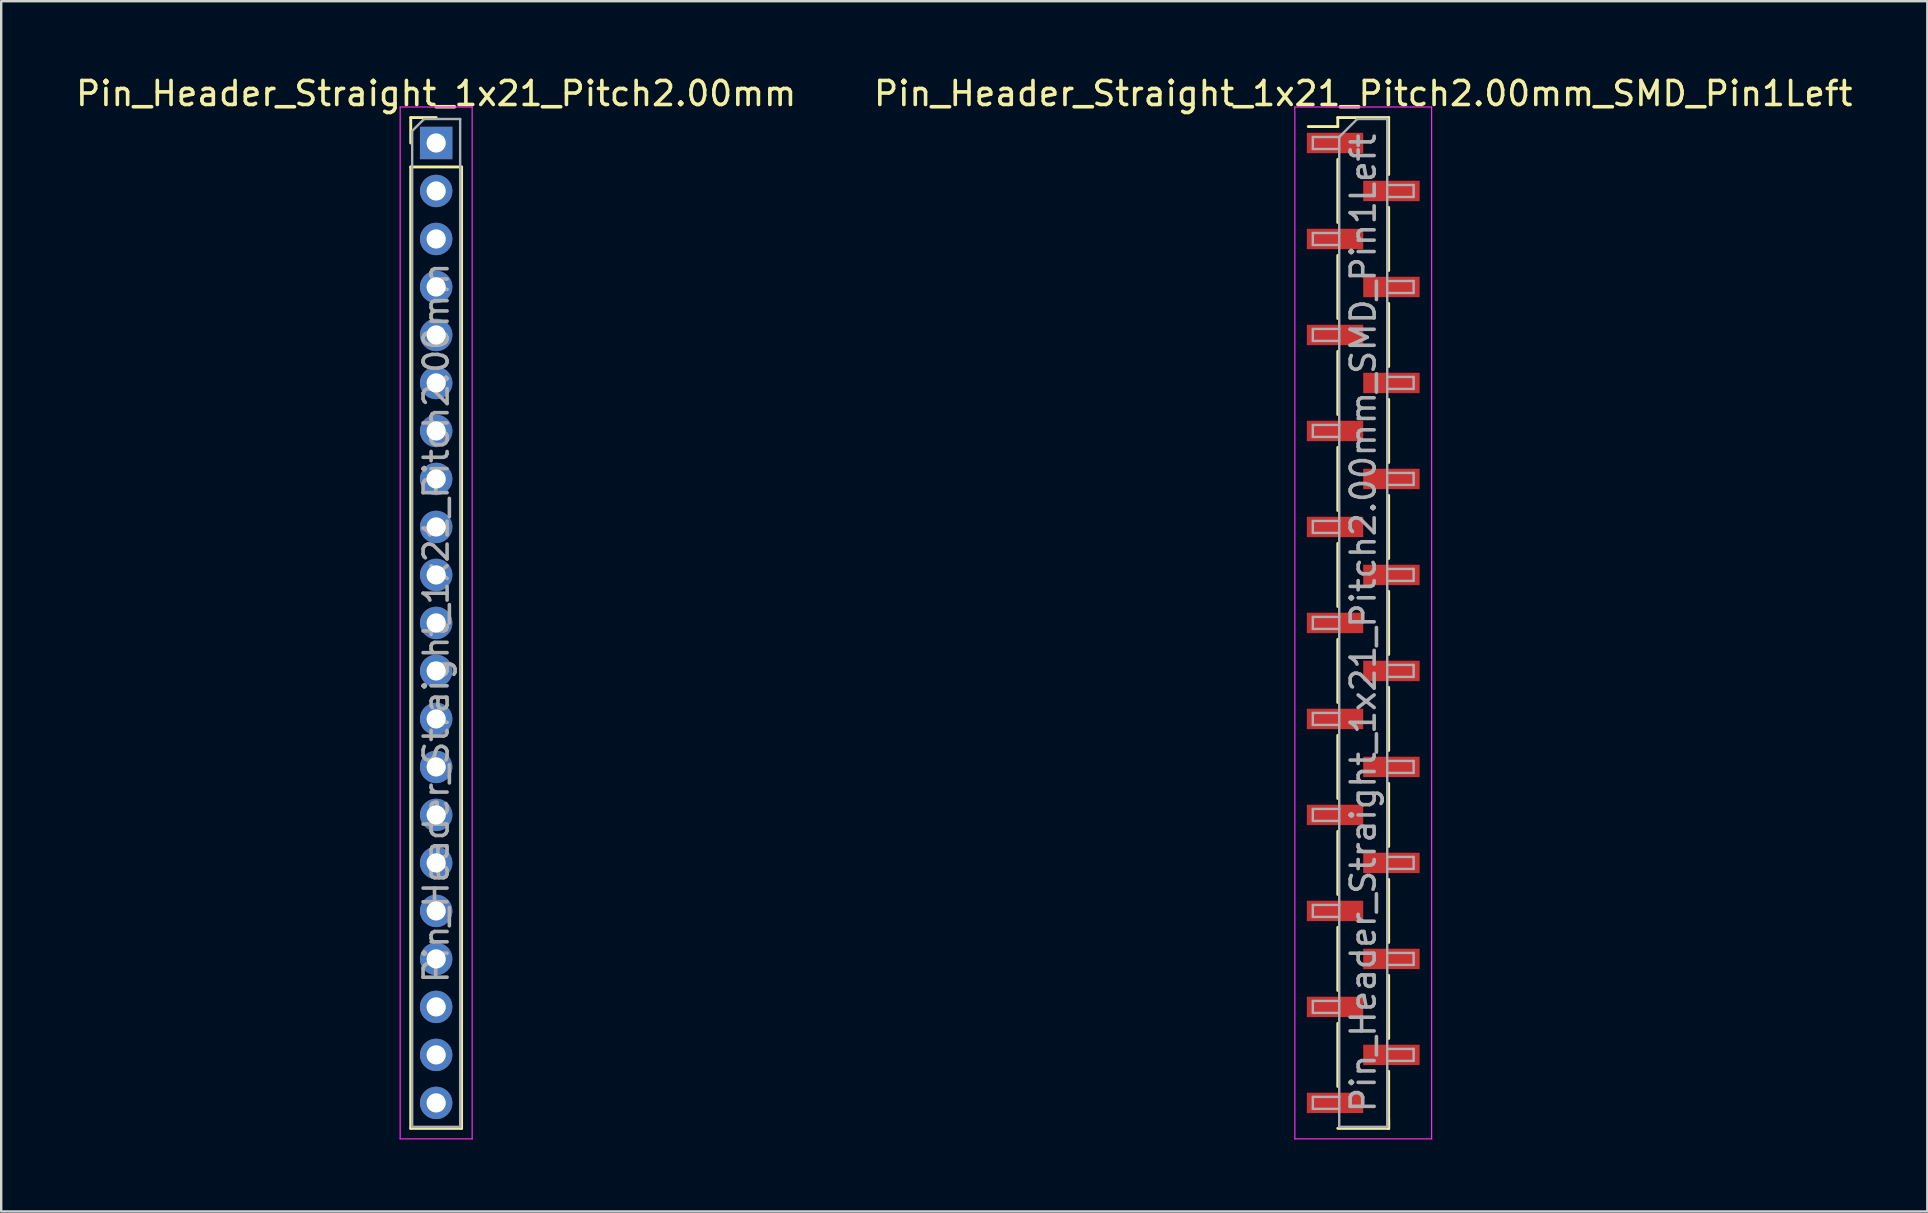
<source format=kicad_pcb>
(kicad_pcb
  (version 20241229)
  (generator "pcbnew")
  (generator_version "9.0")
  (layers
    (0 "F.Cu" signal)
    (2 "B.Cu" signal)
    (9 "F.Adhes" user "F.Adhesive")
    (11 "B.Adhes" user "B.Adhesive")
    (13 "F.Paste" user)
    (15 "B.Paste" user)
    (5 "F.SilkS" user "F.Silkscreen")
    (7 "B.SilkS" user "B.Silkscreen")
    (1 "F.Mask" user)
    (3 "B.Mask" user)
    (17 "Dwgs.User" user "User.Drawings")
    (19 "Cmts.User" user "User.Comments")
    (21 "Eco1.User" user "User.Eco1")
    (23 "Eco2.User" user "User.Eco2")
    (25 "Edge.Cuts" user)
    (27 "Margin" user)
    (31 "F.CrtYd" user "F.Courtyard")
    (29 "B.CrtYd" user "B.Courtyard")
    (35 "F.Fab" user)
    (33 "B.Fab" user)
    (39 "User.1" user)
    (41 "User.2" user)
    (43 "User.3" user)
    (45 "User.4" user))
  (footprint "Pin_Header_Straight_1x21_Pitch2.00mm_SMD_Pin1Left"
    (layer "F.Cu")
    (at 53.756 22.908)
    (property "Reference" "Pin_Header_Straight_1x21_Pitch2.00mm_SMD_Pin1Left" (at 0 -22.06 0) (layer "F.SilkS") (effects (font (size 1 1) (thickness 0.15))))
    (attr smd)
    (fp_line (start -1.06 -21.06) (end -1.06 -20.685) (stroke (width 0.12) (type solid)) (layer "F.SilkS"))
    (fp_line (start -1.06 -21.06) (end 1.06 -21.06) (stroke (width 0.12) (type solid)) (layer "F.SilkS"))
    (fp_line (start -1.06 -20.685) (end -2.29 -20.685) (stroke (width 0.12) (type solid)) (layer "F.SilkS"))
    (fp_line (start -1.06 -19.315) (end -1.06 -16.685) (stroke (width 0.12) (type solid)) (layer "F.SilkS"))
    (fp_line (start -1.06 -15.315) (end -1.06 -12.685) (stroke (width 0.12) (type solid)) (layer "F.SilkS"))
    (fp_line (start -1.06 -11.315) (end -1.06 -8.685) (stroke (width 0.12) (type solid)) (layer "F.SilkS"))
    (fp_line (start -1.06 -7.315) (end -1.06 -4.685) (stroke (width 0.12) (type solid)) (layer "F.SilkS"))
    (fp_line (start -1.06 -3.315) (end -1.06 -0.685) (stroke (width 0.12) (type solid)) (layer "F.SilkS"))
    (fp_line (start -1.06 0.685) (end -1.06 3.315) (stroke (width 0.12) (type solid)) (layer "F.SilkS"))
    (fp_line (start -1.06 4.685) (end -1.06 7.315) (stroke (width 0.12) (type solid)) (layer "F.SilkS"))
    (fp_line (start -1.06 8.685) (end -1.06 11.315) (stroke (width 0.12) (type solid)) (layer "F.SilkS"))
    (fp_line (start -1.06 12.685) (end -1.06 15.315) (stroke (width 0.12) (type solid)) (layer "F.SilkS"))
    (fp_line (start -1.06 16.685) (end -1.06 19.315) (stroke (width 0.12) (type solid)) (layer "F.SilkS"))
    (fp_line (start -1.06 21.06) (end 1.06 21.06) (stroke (width 0.12) (type solid)) (layer "F.SilkS"))
    (fp_line (start 1.06 -21.06) (end 1.06 -18.685) (stroke (width 0.12) (type solid)) (layer "F.SilkS"))
    (fp_line (start 1.06 -17.315) (end 1.06 -14.685) (stroke (width 0.12) (type solid)) (layer "F.SilkS"))
    (fp_line (start 1.06 -13.315) (end 1.06 -10.685) (stroke (width 0.12) (type solid)) (layer "F.SilkS"))
    (fp_line (start 1.06 -9.315) (end 1.06 -6.685) (stroke (width 0.12) (type solid)) (layer "F.SilkS"))
    (fp_line (start 1.06 -5.315) (end 1.06 -2.685) (stroke (width 0.12) (type solid)) (layer "F.SilkS"))
    (fp_line (start 1.06 -1.315) (end 1.06 1.315) (stroke (width 0.12) (type solid)) (layer "F.SilkS"))
    (fp_line (start 1.06 2.685) (end 1.06 5.315) (stroke (width 0.12) (type solid)) (layer "F.SilkS"))
    (fp_line (start 1.06 6.685) (end 1.06 9.315) (stroke (width 0.12) (type solid)) (layer "F.SilkS"))
    (fp_line (start 1.06 10.685) (end 1.06 13.315) (stroke (width 0.12) (type solid)) (layer "F.SilkS"))
    (fp_line (start 1.06 14.685) (end 1.06 17.315) (stroke (width 0.12) (type solid)) (layer "F.SilkS"))
    (fp_line (start 1.06 18.685) (end 1.06 21.06) (stroke (width 0.12) (type solid)) (layer "F.SilkS"))
    (fp_line (start 1.06 20.685) (end 1.06 21.06) (stroke (width 0.12) (type solid)) (layer "F.SilkS"))
    (fp_line (start -2.85 -21.5) (end -2.85 21.5) (stroke (width 0.05) (type solid)) (layer "F.CrtYd"))
    (fp_line (start -2.85 21.5) (end 2.85 21.5) (stroke (width 0.05) (type solid)) (layer "F.CrtYd"))
    (fp_line (start 2.85 -21.5) (end -2.85 -21.5) (stroke (width 0.05) (type solid)) (layer "F.CrtYd"))
    (fp_line (start 2.85 21.5) (end 2.85 -21.5) (stroke (width 0.05) (type solid)) (layer "F.CrtYd"))
    (fp_line (start -2.1 -20.25) (end -2.1 -19.75) (stroke (width 0.1) (type solid)) (layer "F.Fab"))
    (fp_line (start -2.1 -19.75) (end -1 -19.75) (stroke (width 0.1) (type solid)) (layer "F.Fab"))
    (fp_line (start -2.1 -16.25) (end -2.1 -15.75) (stroke (width 0.1) (type solid)) (layer "F.Fab"))
    (fp_line (start -2.1 -15.75) (end -1 -15.75) (stroke (width 0.1) (type solid)) (layer "F.Fab"))
    (fp_line (start -2.1 -12.25) (end -2.1 -11.75) (stroke (width 0.1) (type solid)) (layer "F.Fab"))
    (fp_line (start -2.1 -11.75) (end -1 -11.75) (stroke (width 0.1) (type solid)) (layer "F.Fab"))
    (fp_line (start -2.1 -8.25) (end -2.1 -7.75) (stroke (width 0.1) (type solid)) (layer "F.Fab"))
    (fp_line (start -2.1 -7.75) (end -1 -7.75) (stroke (width 0.1) (type solid)) (layer "F.Fab"))
    (fp_line (start -2.1 -4.25) (end -2.1 -3.75) (stroke (width 0.1) (type solid)) (layer "F.Fab"))
    (fp_line (start -2.1 -3.75) (end -1 -3.75) (stroke (width 0.1) (type solid)) (layer "F.Fab"))
    (fp_line (start -2.1 -0.25) (end -2.1 0.25) (stroke (width 0.1) (type solid)) (layer "F.Fab"))
    (fp_line (start -2.1 0.25) (end -1 0.25) (stroke (width 0.1) (type solid)) (layer "F.Fab"))
    (fp_line (start -2.1 3.75) (end -2.1 4.25) (stroke (width 0.1) (type solid)) (layer "F.Fab"))
    (fp_line (start -2.1 4.25) (end -1 4.25) (stroke (width 0.1) (type solid)) (layer "F.Fab"))
    (fp_line (start -2.1 7.75) (end -2.1 8.25) (stroke (width 0.1) (type solid)) (layer "F.Fab"))
    (fp_line (start -2.1 8.25) (end -1 8.25) (stroke (width 0.1) (type solid)) (layer "F.Fab"))
    (fp_line (start -2.1 11.75) (end -2.1 12.25) (stroke (width 0.1) (type solid)) (layer "F.Fab"))
    (fp_line (start -2.1 12.25) (end -1 12.25) (stroke (width 0.1) (type solid)) (layer "F.Fab"))
    (fp_line (start -2.1 15.75) (end -2.1 16.25) (stroke (width 0.1) (type solid)) (layer "F.Fab"))
    (fp_line (start -2.1 16.25) (end -1 16.25) (stroke (width 0.1) (type solid)) (layer "F.Fab"))
    (fp_line (start -2.1 19.75) (end -2.1 20.25) (stroke (width 0.1) (type solid)) (layer "F.Fab"))
    (fp_line (start -2.1 20.25) (end -1 20.25) (stroke (width 0.1) (type solid)) (layer "F.Fab"))
    (fp_line (start -1 -20.25) (end -2.1 -20.25) (stroke (width 0.1) (type solid)) (layer "F.Fab"))
    (fp_line (start -1 -20.25) (end -0.25 -21) (stroke (width 0.1) (type solid)) (layer "F.Fab"))
    (fp_line (start -1 -16.25) (end -2.1 -16.25) (stroke (width 0.1) (type solid)) (layer "F.Fab"))
    (fp_line (start -1 -12.25) (end -2.1 -12.25) (stroke (width 0.1) (type solid)) (layer "F.Fab"))
    (fp_line (start -1 -8.25) (end -2.1 -8.25) (stroke (width 0.1) (type solid)) (layer "F.Fab"))
    (fp_line (start -1 -4.25) (end -2.1 -4.25) (stroke (width 0.1) (type solid)) (layer "F.Fab"))
    (fp_line (start -1 -0.25) (end -2.1 -0.25) (stroke (width 0.1) (type solid)) (layer "F.Fab"))
    (fp_line (start -1 3.75) (end -2.1 3.75) (stroke (width 0.1) (type solid)) (layer "F.Fab"))
    (fp_line (start -1 7.75) (end -2.1 7.75) (stroke (width 0.1) (type solid)) (layer "F.Fab"))
    (fp_line (start -1 11.75) (end -2.1 11.75) (stroke (width 0.1) (type solid)) (layer "F.Fab"))
    (fp_line (start -1 15.75) (end -2.1 15.75) (stroke (width 0.1) (type solid)) (layer "F.Fab"))
    (fp_line (start -1 19.75) (end -2.1 19.75) (stroke (width 0.1) (type solid)) (layer "F.Fab"))
    (fp_line (start -1 21) (end -1 -20.25) (stroke (width 0.1) (type solid)) (layer "F.Fab"))
    (fp_line (start -0.25 -21) (end 1 -21) (stroke (width 0.1) (type solid)) (layer "F.Fab"))
    (fp_line (start 1 -21) (end 1 21) (stroke (width 0.1) (type solid)) (layer "F.Fab"))
    (fp_line (start 1 -18.25) (end 2.1 -18.25) (stroke (width 0.1) (type solid)) (layer "F.Fab"))
    (fp_line (start 1 -14.25) (end 2.1 -14.25) (stroke (width 0.1) (type solid)) (layer "F.Fab"))
    (fp_line (start 1 -10.25) (end 2.1 -10.25) (stroke (width 0.1) (type solid)) (layer "F.Fab"))
    (fp_line (start 1 -6.25) (end 2.1 -6.25) (stroke (width 0.1) (type solid)) (layer "F.Fab"))
    (fp_line (start 1 -2.25) (end 2.1 -2.25) (stroke (width 0.1) (type solid)) (layer "F.Fab"))
    (fp_line (start 1 1.75) (end 2.1 1.75) (stroke (width 0.1) (type solid)) (layer "F.Fab"))
    (fp_line (start 1 5.75) (end 2.1 5.75) (stroke (width 0.1) (type solid)) (layer "F.Fab"))
    (fp_line (start 1 9.75) (end 2.1 9.75) (stroke (width 0.1) (type solid)) (layer "F.Fab"))
    (fp_line (start 1 13.75) (end 2.1 13.75) (stroke (width 0.1) (type solid)) (layer "F.Fab"))
    (fp_line (start 1 17.75) (end 2.1 17.75) (stroke (width 0.1) (type solid)) (layer "F.Fab"))
    (fp_line (start 1 21) (end -1 21) (stroke (width 0.1) (type solid)) (layer "F.Fab"))
    (fp_line (start 2.1 -18.25) (end 2.1 -17.75) (stroke (width 0.1) (type solid)) (layer "F.Fab"))
    (fp_line (start 2.1 -17.75) (end 1 -17.75) (stroke (width 0.1) (type solid)) (layer "F.Fab"))
    (fp_line (start 2.1 -14.25) (end 2.1 -13.75) (stroke (width 0.1) (type solid)) (layer "F.Fab"))
    (fp_line (start 2.1 -13.75) (end 1 -13.75) (stroke (width 0.1) (type solid)) (layer "F.Fab"))
    (fp_line (start 2.1 -10.25) (end 2.1 -9.75) (stroke (width 0.1) (type solid)) (layer "F.Fab"))
    (fp_line (start 2.1 -9.75) (end 1 -9.75) (stroke (width 0.1) (type solid)) (layer "F.Fab"))
    (fp_line (start 2.1 -6.25) (end 2.1 -5.75) (stroke (width 0.1) (type solid)) (layer "F.Fab"))
    (fp_line (start 2.1 -5.75) (end 1 -5.75) (stroke (width 0.1) (type solid)) (layer "F.Fab"))
    (fp_line (start 2.1 -2.25) (end 2.1 -1.75) (stroke (width 0.1) (type solid)) (layer "F.Fab"))
    (fp_line (start 2.1 -1.75) (end 1 -1.75) (stroke (width 0.1) (type solid)) (layer "F.Fab"))
    (fp_line (start 2.1 1.75) (end 2.1 2.25) (stroke (width 0.1) (type solid)) (layer "F.Fab"))
    (fp_line (start 2.1 2.25) (end 1 2.25) (stroke (width 0.1) (type solid)) (layer "F.Fab"))
    (fp_line (start 2.1 5.75) (end 2.1 6.25) (stroke (width 0.1) (type solid)) (layer "F.Fab"))
    (fp_line (start 2.1 6.25) (end 1 6.25) (stroke (width 0.1) (type solid)) (layer "F.Fab"))
    (fp_line (start 2.1 9.75) (end 2.1 10.25) (stroke (width 0.1) (type solid)) (layer "F.Fab"))
    (fp_line (start 2.1 10.25) (end 1 10.25) (stroke (width 0.1) (type solid)) (layer "F.Fab"))
    (fp_line (start 2.1 13.75) (end 2.1 14.25) (stroke (width 0.1) (type solid)) (layer "F.Fab"))
    (fp_line (start 2.1 14.25) (end 1 14.25) (stroke (width 0.1) (type solid)) (layer "F.Fab"))
    (fp_line (start 2.1 17.75) (end 2.1 18.25) (stroke (width 0.1) (type solid)) (layer "F.Fab"))
    (fp_line (start 2.1 18.25) (end 1 18.25) (stroke (width 0.1) (type solid)) (layer "F.Fab"))
    (fp_text user "${REFERENCE}" (at 0 0 90) (layer "F.Fab") (effects (font (size 1 1) (thickness 0.15))))
    (pad "1" smd rect (at -1.175 -20) (size 2.35 0.85) (layers "F.Cu" "F.Mask" "F.Paste"))
    (pad "2" smd rect (at 1.175 -18) (size 2.35 0.85) (layers "F.Cu" "F.Mask" "F.Paste"))
    (pad "3" smd rect (at -1.175 -16) (size 2.35 0.85) (layers "F.Cu" "F.Mask" "F.Paste"))
    (pad "4" smd rect (at 1.175 -14) (size 2.35 0.85) (layers "F.Cu" "F.Mask" "F.Paste"))
    (pad "5" smd rect (at -1.175 -12) (size 2.35 0.85) (layers "F.Cu" "F.Mask" "F.Paste"))
    (pad "6" smd rect (at 1.175 -10) (size 2.35 0.85) (layers "F.Cu" "F.Mask" "F.Paste"))
    (pad "7" smd rect (at -1.175 -8) (size 2.35 0.85) (layers "F.Cu" "F.Mask" "F.Paste"))
    (pad "8" smd rect (at 1.175 -6) (size 2.35 0.85) (layers "F.Cu" "F.Mask" "F.Paste"))
    (pad "9" smd rect (at -1.175 -4) (size 2.35 0.85) (layers "F.Cu" "F.Mask" "F.Paste"))
    (pad "10" smd rect (at 1.175 -2) (size 2.35 0.85) (layers "F.Cu" "F.Mask" "F.Paste"))
    (pad "11" smd rect (at -1.175 0) (size 2.35 0.85) (layers "F.Cu" "F.Mask" "F.Paste"))
    (pad "12" smd rect (at 1.175 2) (size 2.35 0.85) (layers "F.Cu" "F.Mask" "F.Paste"))
    (pad "13" smd rect (at -1.175 4) (size 2.35 0.85) (layers "F.Cu" "F.Mask" "F.Paste"))
    (pad "14" smd rect (at 1.175 6) (size 2.35 0.85) (layers "F.Cu" "F.Mask" "F.Paste"))
    (pad "15" smd rect (at -1.175 8) (size 2.35 0.85) (layers "F.Cu" "F.Mask" "F.Paste"))
    (pad "16" smd rect (at 1.175 10) (size 2.35 0.85) (layers "F.Cu" "F.Mask" "F.Paste"))
    (pad "17" smd rect (at -1.175 12) (size 2.35 0.85) (layers "F.Cu" "F.Mask" "F.Paste"))
    (pad "18" smd rect (at 1.175 14) (size 2.35 0.85) (layers "F.Cu" "F.Mask" "F.Paste"))
    (pad "19" smd rect (at -1.175 16) (size 2.35 0.85) (layers "F.Cu" "F.Mask" "F.Paste"))
    (pad "20" smd rect (at 1.175 18) (size 2.35 0.85) (layers "F.Cu" "F.Mask" "F.Paste"))
    (pad "21" smd rect (at -1.175 20) (size 2.35 0.85) (layers "F.Cu" "F.Mask" "F.Paste")))
  (footprint "Pin_Header_Straight_1x21_Pitch2.00mm"
    (layer "F.Cu")
    (at 15.125 2.908)
    (property "Reference" "Pin_Header_Straight_1x21_Pitch2.00mm" (at 0 -2.06 0) (layer "F.SilkS") (effects (font (size 1 1) (thickness 0.15))))
    (attr through_hole)
    (fp_line (start -1.06 -1.06) (end 0 -1.06) (stroke (width 0.12) (type solid)) (layer "F.SilkS"))
    (fp_line (start -1.06 0) (end -1.06 -1.06) (stroke (width 0.12) (type solid)) (layer "F.SilkS"))
    (fp_line (start -1.06 1) (end -1.06 41.06) (stroke (width 0.12) (type solid)) (layer "F.SilkS"))
    (fp_line (start -1.06 1) (end 1.06 1) (stroke (width 0.12) (type solid)) (layer "F.SilkS"))
    (fp_line (start -1.06 41.06) (end 1.06 41.06) (stroke (width 0.12) (type solid)) (layer "F.SilkS"))
    (fp_line (start 1.06 1) (end 1.06 41.06) (stroke (width 0.12) (type solid)) (layer "F.SilkS"))
    (fp_line (start -1.5 -1.5) (end -1.5 41.5) (stroke (width 0.05) (type solid)) (layer "F.CrtYd"))
    (fp_line (start -1.5 41.5) (end 1.5 41.5) (stroke (width 0.05) (type solid)) (layer "F.CrtYd"))
    (fp_line (start 1.5 -1.5) (end -1.5 -1.5) (stroke (width 0.05) (type solid)) (layer "F.CrtYd"))
    (fp_line (start 1.5 41.5) (end 1.5 -1.5) (stroke (width 0.05) (type solid)) (layer "F.CrtYd"))
    (fp_line (start -1 -0.5) (end -0.5 -1) (stroke (width 0.1) (type solid)) (layer "F.Fab"))
    (fp_line (start -1 41) (end -1 -0.5) (stroke (width 0.1) (type solid)) (layer "F.Fab"))
    (fp_line (start -0.5 -1) (end 1 -1) (stroke (width 0.1) (type solid)) (layer "F.Fab"))
    (fp_line (start 1 -1) (end 1 41) (stroke (width 0.1) (type solid)) (layer "F.Fab"))
    (fp_line (start 1 41) (end -1 41) (stroke (width 0.1) (type solid)) (layer "F.Fab"))
    (fp_text user "${REFERENCE}" (at 0 20 90) (layer "F.Fab") (effects (font (size 1 1) (thickness 0.15))))
    (pad "1" thru_hole rect (at 0 0) (size 1.35 1.35) (drill 0.8) (layers "*.Cu" "*.Mask"))
    (pad "2" thru_hole oval (at 0 2) (size 1.35 1.35) (drill 0.8) (layers "*.Cu" "*.Mask"))
    (pad "3" thru_hole oval (at 0 4) (size 1.35 1.35) (drill 0.8) (layers "*.Cu" "*.Mask"))
    (pad "4" thru_hole oval (at 0 6) (size 1.35 1.35) (drill 0.8) (layers "*.Cu" "*.Mask"))
    (pad "5" thru_hole oval (at 0 8) (size 1.35 1.35) (drill 0.8) (layers "*.Cu" "*.Mask"))
    (pad "6" thru_hole oval (at 0 10) (size 1.35 1.35) (drill 0.8) (layers "*.Cu" "*.Mask"))
    (pad "7" thru_hole oval (at 0 12) (size 1.35 1.35) (drill 0.8) (layers "*.Cu" "*.Mask"))
    (pad "8" thru_hole oval (at 0 14) (size 1.35 1.35) (drill 0.8) (layers "*.Cu" "*.Mask"))
    (pad "9" thru_hole oval (at 0 16) (size 1.35 1.35) (drill 0.8) (layers "*.Cu" "*.Mask"))
    (pad "10" thru_hole oval (at 0 18) (size 1.35 1.35) (drill 0.8) (layers "*.Cu" "*.Mask"))
    (pad "11" thru_hole oval (at 0 20) (size 1.35 1.35) (drill 0.8) (layers "*.Cu" "*.Mask"))
    (pad "12" thru_hole oval (at 0 22) (size 1.35 1.35) (drill 0.8) (layers "*.Cu" "*.Mask"))
    (pad "13" thru_hole oval (at 0 24) (size 1.35 1.35) (drill 0.8) (layers "*.Cu" "*.Mask"))
    (pad "14" thru_hole oval (at 0 26) (size 1.35 1.35) (drill 0.8) (layers "*.Cu" "*.Mask"))
    (pad "15" thru_hole oval (at 0 28) (size 1.35 1.35) (drill 0.8) (layers "*.Cu" "*.Mask"))
    (pad "16" thru_hole oval (at 0 30) (size 1.35 1.35) (drill 0.8) (layers "*.Cu" "*.Mask"))
    (pad "17" thru_hole oval (at 0 32) (size 1.35 1.35) (drill 0.8) (layers "*.Cu" "*.Mask"))
    (pad "18" thru_hole oval (at 0 34) (size 1.35 1.35) (drill 0.8) (layers "*.Cu" "*.Mask"))
    (pad "19" thru_hole oval (at 0 36) (size 1.35 1.35) (drill 0.8) (layers "*.Cu" "*.Mask"))
    (pad "20" thru_hole oval (at 0 38) (size 1.35 1.35) (drill 0.8) (layers "*.Cu" "*.Mask"))
    (pad "21" thru_hole oval (at 0 40) (size 1.35 1.35) (drill 0.8) (layers "*.Cu" "*.Mask")))
  (gr_rect
    (start -3 -3)
    (end 77.262 47.433)
    (stroke (width 0.1) (type default))
    (fill no)
    (layer "Edge.Cuts")))
</source>
